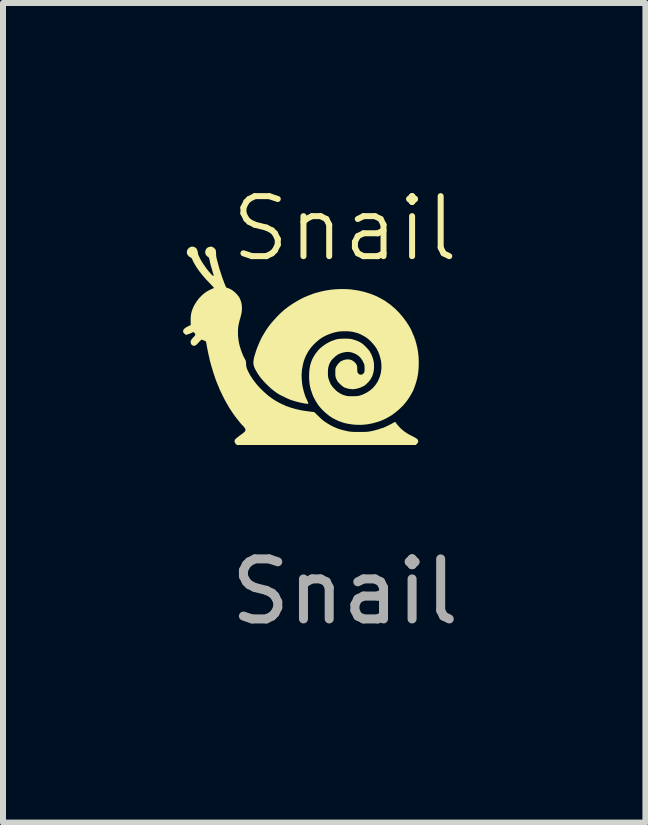
<source format=kicad_pcb>
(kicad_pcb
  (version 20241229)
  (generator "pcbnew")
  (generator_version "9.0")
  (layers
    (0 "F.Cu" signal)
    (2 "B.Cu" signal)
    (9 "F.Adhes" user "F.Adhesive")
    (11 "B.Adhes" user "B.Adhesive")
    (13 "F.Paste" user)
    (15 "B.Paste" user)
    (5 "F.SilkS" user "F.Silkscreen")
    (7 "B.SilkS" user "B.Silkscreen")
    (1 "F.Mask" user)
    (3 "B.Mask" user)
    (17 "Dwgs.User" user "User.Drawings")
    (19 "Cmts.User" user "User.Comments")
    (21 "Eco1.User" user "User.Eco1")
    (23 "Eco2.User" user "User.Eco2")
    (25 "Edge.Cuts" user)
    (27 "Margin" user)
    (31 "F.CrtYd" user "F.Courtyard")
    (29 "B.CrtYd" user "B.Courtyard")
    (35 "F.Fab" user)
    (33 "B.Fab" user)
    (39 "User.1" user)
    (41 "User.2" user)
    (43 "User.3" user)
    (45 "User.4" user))
  (footprint "Snail"
    (layer "F.Cu")
    (at 2.696 3.148)
    (property "Reference" "Snail" (at 0 -2.388 0) (unlocked yes) (layer "F.SilkS") (effects (font (size 1 1) (thickness 0.1))))
    (attr smd)
    (fp_poly (pts (xy -2.521 -2.087) (xy -2.497 -2.077) (xy -2.478 -2.064) (xy -2.476 -2.061) (xy -2.465 -2.044) (xy -2.456 -2.02) (xy -2.45 -1.993) (xy -2.449 -1.983) (xy -2.445 -1.964) (xy -2.44 -1.947) (xy -2.438 -1.941) (xy -2.43 -1.927) (xy -2.422 -1.909) (xy -2.419 -1.902) (xy -2.402 -1.869) (xy -2.379 -1.831) (xy -2.352 -1.79) (xy -2.322 -1.747) (xy -2.292 -1.706) (xy -2.261 -1.668) (xy -2.232 -1.635) (xy -2.213 -1.615) (xy -2.2 -1.605) (xy -2.19 -1.602) (xy -2.186 -1.607) (xy -2.188 -1.619) (xy -2.188 -1.621) (xy -2.195 -1.639) (xy -2.203 -1.667) (xy -2.214 -1.706) (xy -2.228 -1.753) (xy -2.233 -1.773) (xy -2.239 -1.793) (xy -2.245 -1.818) (xy -2.249 -1.837) (xy -2.254 -1.859) (xy -2.258 -1.879) (xy -2.261 -1.892) (xy -2.268 -1.908) (xy -2.277 -1.916) (xy -2.301 -1.933) (xy -2.318 -1.956) (xy -2.327 -1.982) (xy -2.327 -2.01) (xy -2.325 -2.019) (xy -2.313 -2.047) (xy -2.297 -2.067) (xy -2.275 -2.08) (xy -2.246 -2.089) (xy -2.22 -2.089) (xy -2.196 -2.079) (xy -2.191 -2.075) (xy -2.171 -2.059) (xy -2.158 -2.044) (xy -2.151 -2.027) (xy -2.148 -2.004) (xy -2.147 -1.983) (xy -2.146 -1.957) (xy -2.144 -1.929) (xy -2.14 -1.906) (xy -2.139 -1.903) (xy -2.125 -1.847) (xy -2.112 -1.797) (xy -2.099 -1.749) (xy -2.084 -1.7) (xy -2.067 -1.647) (xy -2.067 -1.647) (xy -2.056 -1.614) (xy -2.048 -1.589) (xy -2.042 -1.571) (xy -2.037 -1.559) (xy -2.034 -1.55) (xy -2.032 -1.545) (xy -2.028 -1.534) (xy -2.022 -1.518) (xy -2.017 -1.503) (xy -2.009 -1.482) (xy -2 -1.461) (xy -1.996 -1.45) (xy -1.989 -1.436) (xy -1.986 -1.426) (xy -1.986 -1.424) (xy -1.981 -1.415) (xy -1.972 -1.407) (xy -1.96 -1.401) (xy -1.957 -1.401) (xy -1.949 -1.399) (xy -1.934 -1.393) (xy -1.915 -1.385) (xy -1.908 -1.382) (xy -1.87 -1.359) (xy -1.833 -1.329) (xy -1.798 -1.294) (xy -1.769 -1.257) (xy -1.751 -1.227) (xy -1.73 -1.173) (xy -1.718 -1.115) (xy -1.715 -1.053) (xy -1.721 -0.988) (xy -1.737 -0.921) (xy -1.743 -0.9) (xy -1.75 -0.875) (xy -1.756 -0.855) (xy -1.774 -0.776) (xy -1.782 -0.694) (xy -1.781 -0.608) (xy -1.771 -0.52) (xy -1.763 -0.477) (xy -1.751 -0.429) (xy -1.735 -0.378) (xy -1.717 -0.327) (xy -1.697 -0.278) (xy -1.676 -0.234) (xy -1.659 -0.203) (xy -1.652 -0.19) (xy -1.649 -0.176) (xy -1.647 -0.158) (xy -1.646 -0.14) (xy -1.645 -0.109) (xy -1.64 -0.082) (xy -1.631 -0.053) (xy -1.617 -0.02) (xy -1.613 -0.012) (xy -1.576 0.058) (xy -1.529 0.128) (xy -1.476 0.198) (xy -1.416 0.265) (xy -1.351 0.329) (xy -1.284 0.388) (xy -1.214 0.44) (xy -1.194 0.453) (xy -1.177 0.465) (xy -1.161 0.474) (xy -1.152 0.48) (xy -1.15 0.481) (xy -1.141 0.486) (xy -1.127 0.493) (xy -1.124 0.495) (xy -1.1 0.509) (xy -1.07 0.524) (xy -1.039 0.539) (xy -1.022 0.546) (xy -1.004 0.554) (xy -0.988 0.562) (xy -0.981 0.565) (xy -0.968 0.571) (xy -0.957 0.573) (xy -0.947 0.575) (xy -0.944 0.577) (xy -0.936 0.581) (xy -0.92 0.587) (xy -0.897 0.594) (xy -0.871 0.602) (xy -0.842 0.61) (xy -0.839 0.611) (xy -0.79 0.623) (xy -0.743 0.634) (xy -0.693 0.643) (xy -0.639 0.651) (xy -0.578 0.659) (xy -0.51 0.667) (xy -0.448 0.729) (xy -0.414 0.761) (xy -0.385 0.788) (xy -0.358 0.81) (xy -0.33 0.83) (xy -0.3 0.85) (xy -0.27 0.868) (xy -0.241 0.886) (xy -0.217 0.898) (xy -0.197 0.908) (xy -0.179 0.917) (xy -0.158 0.925) (xy -0.141 0.932) (xy -0.128 0.938) (xy -0.124 0.94) (xy -0.111 0.945) (xy -0.098 0.949) (xy -0.081 0.954) (xy -0.066 0.958) (xy -0.043 0.965) (xy -0.011 0.973) (xy 0.027 0.982) (xy 0.061 0.989) (xy 0.081 0.992) (xy 0.102 0.994) (xy 0.126 0.996) (xy 0.154 0.997) (xy 0.19 0.998) (xy 0.234 0.998) (xy 0.239 0.998) (xy 0.287 0.998) (xy 0.327 0.997) (xy 0.361 0.996) (xy 0.392 0.993) (xy 0.421 0.988) (xy 0.453 0.982) (xy 0.488 0.973) (xy 0.53 0.962) (xy 0.552 0.956) (xy 0.572 0.95) (xy 0.59 0.944) (xy 0.598 0.94) (xy 0.612 0.935) (xy 0.622 0.933) (xy 0.623 0.933) (xy 0.634 0.931) (xy 0.64 0.928) (xy 0.649 0.924) (xy 0.664 0.917) (xy 0.683 0.908) (xy 0.691 0.905) (xy 0.711 0.896) (xy 0.727 0.888) (xy 0.738 0.882) (xy 0.74 0.881) (xy 0.749 0.876) (xy 0.764 0.869) (xy 0.772 0.865) (xy 0.791 0.854) (xy 0.81 0.843) (xy 0.816 0.84) (xy 0.828 0.833) (xy 0.835 0.831) (xy 0.84 0.833) (xy 0.843 0.837) (xy 0.878 0.884) (xy 0.92 0.93) (xy 0.966 0.971) (xy 1.001 0.998) (xy 1.02 1.01) (xy 1.034 1.02) (xy 1.047 1.028) (xy 1.06 1.036) (xy 1.076 1.044) (xy 1.096 1.054) (xy 1.123 1.068) (xy 1.127 1.07) (xy 1.16 1.087) (xy 1.185 1.102) (xy 1.203 1.116) (xy 1.214 1.128) (xy 1.219 1.142) (xy 1.221 1.154) (xy 1.219 1.168) (xy 1.213 1.18) (xy 1.201 1.194) (xy 1.2 1.195) (xy 1.18 1.215) (xy -0.31 1.215) (xy -1.801 1.215) (xy -1.817 1.198) (xy -1.832 1.179) (xy -1.838 1.16) (xy -1.837 1.139) (xy -1.834 1.131) (xy -1.828 1.122) (xy -1.818 1.111) (xy -1.803 1.098) (xy -1.782 1.081) (xy -1.754 1.06) (xy -1.724 1.038) (xy -1.705 1.023) (xy -1.687 1.009) (xy -1.674 0.997) (xy -1.662 0.985) (xy -1.658 0.976) (xy -1.658 0.964) (xy -1.658 0.958) (xy -1.662 0.943) (xy -1.671 0.928) (xy -1.686 0.91) (xy -1.686 0.91) (xy -1.731 0.862) (xy -1.776 0.807) (xy -1.82 0.751) (xy -1.859 0.697) (xy -1.875 0.674) (xy -1.892 0.648) (xy -1.908 0.623) (xy -1.923 0.601) (xy -1.935 0.582) (xy -1.942 0.569) (xy -1.944 0.565) (xy -1.95 0.554) (xy -1.959 0.539) (xy -1.96 0.536) (xy -1.976 0.51) (xy -1.991 0.483) (xy -2.007 0.453) (xy -2.025 0.417) (xy -2.035 0.398) (xy -2.054 0.358) (xy -2.071 0.324) (xy -2.084 0.295) (xy -2.094 0.273) (xy -2.099 0.259) (xy -2.1 0.254) (xy -2.103 0.247) (xy -2.108 0.235) (xy -2.108 0.235) (xy -2.112 0.227) (xy -2.116 0.218) (xy -2.121 0.206) (xy -2.128 0.189) (xy -2.138 0.164) (xy -2.139 0.163) (xy -2.152 0.128) (xy -2.166 0.086) (xy -2.182 0.039) (xy -2.198 -0.01) (xy -2.212 -0.058) (xy -2.226 -0.103) (xy -2.234 -0.132) (xy -2.24 -0.154) (xy -2.246 -0.177) (xy -2.25 -0.191) (xy -2.254 -0.207) (xy -2.257 -0.22) (xy -2.257 -0.224) (xy -2.258 -0.234) (xy -2.262 -0.25) (xy -2.265 -0.26) (xy -2.27 -0.28) (xy -2.276 -0.309) (xy -2.283 -0.342) (xy -2.29 -0.377) (xy -2.297 -0.411) (xy -2.302 -0.441) (xy -2.306 -0.465) (xy -2.307 -0.47) (xy -2.31 -0.493) (xy -2.316 -0.507) (xy -2.325 -0.516) (xy -2.339 -0.522) (xy -2.343 -0.523) (xy -2.357 -0.528) (xy -2.367 -0.532) (xy -2.369 -0.534) (xy -2.377 -0.538) (xy -2.384 -0.539) (xy -2.393 -0.536) (xy -2.405 -0.526) (xy -2.422 -0.509) (xy -2.435 -0.495) (xy -2.458 -0.469) (xy -2.477 -0.452) (xy -2.494 -0.441) (xy -2.51 -0.437) (xy -2.527 -0.439) (xy -2.53 -0.44) (xy -2.551 -0.451) (xy -2.564 -0.469) (xy -2.57 -0.494) (xy -2.57 -0.499) (xy -2.569 -0.515) (xy -2.562 -0.532) (xy -2.55 -0.55) (xy -2.532 -0.572) (xy -2.516 -0.588) (xy -2.504 -0.602) (xy -2.495 -0.614) (xy -2.492 -0.621) (xy -2.495 -0.633) (xy -2.503 -0.647) (xy -2.513 -0.659) (xy -2.522 -0.665) (xy -2.524 -0.665) (xy -2.533 -0.662) (xy -2.549 -0.656) (xy -2.563 -0.649) (xy -2.58 -0.641) (xy -2.595 -0.635) (xy -2.603 -0.633) (xy -2.616 -0.63) (xy -2.623 -0.625) (xy -2.637 -0.619) (xy -2.653 -0.623) (xy -2.672 -0.637) (xy -2.677 -0.642) (xy -2.689 -0.655) (xy -2.695 -0.668) (xy -2.696 -0.681) (xy -2.692 -0.699) (xy -2.681 -0.717) (xy -2.662 -0.734) (xy -2.633 -0.752) (xy -2.615 -0.761) (xy -2.569 -0.783) (xy -2.57 -0.859) (xy -2.569 -0.915) (xy -2.563 -0.965) (xy -2.552 -1.013) (xy -2.534 -1.061) (xy -2.51 -1.112) (xy -2.509 -1.114) (xy -2.473 -1.173) (xy -2.429 -1.231) (xy -2.377 -1.283) (xy -2.343 -1.312) (xy -2.321 -1.328) (xy -2.294 -1.346) (xy -2.264 -1.362) (xy -2.235 -1.377) (xy -2.211 -1.388) (xy -2.204 -1.39) (xy -2.191 -1.395) (xy -2.182 -1.4) (xy -2.182 -1.401) (xy -2.184 -1.406) (xy -2.193 -1.417) (xy -2.208 -1.433) (xy -2.227 -1.453) (xy -2.249 -1.476) (xy -2.257 -1.485) (xy -2.321 -1.552) (xy -2.379 -1.62) (xy -2.431 -1.686) (xy -2.475 -1.75) (xy -2.511 -1.811) (xy -2.529 -1.845) (xy -2.54 -1.87) (xy -2.549 -1.887) (xy -2.556 -1.898) (xy -2.563 -1.905) (xy -2.571 -1.91) (xy -2.58 -1.914) (xy -2.604 -1.93) (xy -2.621 -1.952) (xy -2.632 -1.977) (xy -2.634 -2.005) (xy -2.627 -2.031) (xy -2.62 -2.045) (xy -2.6 -2.067) (xy -2.577 -2.082) (xy -2.552 -2.09) (xy -2.544 -2.09)) (stroke (width 0) (type solid)) (fill yes) (layer "F.SilkS"))
    (fp_poly (pts (xy 0.018 -1.382) (xy 0.08 -1.378) (xy 0.103 -1.376) (xy 0.22 -1.359) (xy 0.329 -1.334) (xy 0.431 -1.302) (xy 0.527 -1.263) (xy 0.609 -1.22) (xy 0.626 -1.21) (xy 0.64 -1.202) (xy 0.648 -1.198) (xy 0.649 -1.197) (xy 0.655 -1.195) (xy 0.667 -1.187) (xy 0.684 -1.175) (xy 0.704 -1.16) (xy 0.726 -1.145) (xy 0.748 -1.129) (xy 0.766 -1.115) (xy 0.836 -1.056) (xy 0.903 -0.988) (xy 0.966 -0.914) (xy 1.024 -0.836) (xy 1.03 -0.827) (xy 1.053 -0.791) (xy 1.071 -0.762) (xy 1.085 -0.738) (xy 1.098 -0.715) (xy 1.108 -0.693) (xy 1.119 -0.668) (xy 1.124 -0.656) (xy 1.133 -0.634) (xy 1.142 -0.614) (xy 1.149 -0.599) (xy 1.151 -0.595) (xy 1.156 -0.582) (xy 1.158 -0.571) (xy 1.161 -0.561) (xy 1.163 -0.557) (xy 1.167 -0.55) (xy 1.172 -0.536) (xy 1.173 -0.532) (xy 1.177 -0.516) (xy 1.183 -0.494) (xy 1.189 -0.474) (xy 1.207 -0.402) (xy 1.22 -0.323) (xy 1.228 -0.239) (xy 1.23 -0.154) (xy 1.228 -0.07) (xy 1.221 0.01) (xy 1.212 0.064) (xy 1.204 0.104) (xy 1.193 0.147) (xy 1.18 0.191) (xy 1.166 0.233) (xy 1.152 0.271) (xy 1.139 0.304) (xy 1.126 0.33) (xy 1.121 0.338) (xy 1.115 0.349) (xy 1.113 0.354) (xy 1.103 0.371) (xy 1.089 0.395) (xy 1.072 0.422) (xy 1.053 0.451) (xy 1.034 0.478) (xy 1.026 0.489) (xy 0.973 0.553) (xy 0.911 0.614) (xy 0.844 0.671) (xy 0.774 0.722) (xy 0.702 0.764) (xy 0.685 0.773) (xy 0.637 0.796) (xy 0.593 0.814) (xy 0.553 0.828) (xy 0.457 0.855) (xy 0.365 0.872) (xy 0.272 0.88) (xy 0.179 0.878) (xy 0.124 0.873) (xy 0.057 0.863) (xy -0.001 0.851) (xy -0.05 0.836) (xy -0.063 0.831) (xy -0.076 0.826) (xy -0.085 0.824) (xy -0.085 0.823) (xy -0.093 0.821) (xy -0.107 0.815) (xy -0.126 0.806) (xy -0.149 0.795) (xy -0.172 0.784) (xy -0.193 0.773) (xy -0.211 0.763) (xy -0.218 0.759) (xy -0.259 0.731) (xy -0.303 0.697) (xy -0.346 0.658) (xy -0.387 0.618) (xy -0.423 0.577) (xy -0.452 0.538) (xy -0.457 0.531) (xy -0.473 0.505) (xy -0.49 0.477) (xy -0.505 0.449) (xy -0.519 0.424) (xy -0.529 0.403) (xy -0.534 0.39) (xy -0.538 0.378) (xy -0.545 0.361) (xy -0.549 0.348) (xy -0.568 0.293) (xy -0.582 0.238) (xy -0.591 0.179) (xy -0.596 0.116) (xy -0.597 0.068) (xy -0.595 0.012) (xy -0.592 -0.036) (xy -0.585 -0.081) (xy -0.576 -0.123) (xy -0.562 -0.167) (xy -0.554 -0.19) (xy -0.546 -0.208) (xy -0.536 -0.228) (xy -0.526 -0.248) (xy -0.516 -0.265) (xy -0.51 -0.274) (xy -0.504 -0.282) (xy -0.503 -0.286) (xy -0.499 -0.292) (xy -0.491 -0.305) (xy -0.478 -0.321) (xy -0.463 -0.34) (xy -0.448 -0.359) (xy -0.433 -0.376) (xy -0.42 -0.389) (xy -0.414 -0.395) (xy -0.376 -0.426) (xy -0.334 -0.457) (xy -0.29 -0.484) (xy -0.26 -0.5) (xy -0.239 -0.51) (xy -0.221 -0.518) (xy -0.209 -0.523) (xy -0.205 -0.524) (xy -0.197 -0.526) (xy -0.185 -0.53) (xy -0.183 -0.531) (xy -0.153 -0.542) (xy -0.121 -0.549) (xy -0.083 -0.554) (xy -0.038 -0.556) (xy -0.001 -0.557) (xy 0.034 -0.556) (xy 0.062 -0.555) (xy 0.084 -0.553) (xy 0.103 -0.551) (xy 0.121 -0.546) (xy 0.124 -0.546) (xy 0.161 -0.535) (xy 0.192 -0.525) (xy 0.218 -0.514) (xy 0.245 -0.501) (xy 0.274 -0.484) (xy 0.283 -0.478) (xy 0.298 -0.467) (xy 0.316 -0.451) (xy 0.337 -0.431) (xy 0.359 -0.409) (xy 0.379 -0.387) (xy 0.396 -0.367) (xy 0.409 -0.351) (xy 0.414 -0.343) (xy 0.421 -0.329) (xy 0.428 -0.317) (xy 0.43 -0.315) (xy 0.436 -0.304) (xy 0.444 -0.285) (xy 0.454 -0.262) (xy 0.463 -0.236) (xy 0.471 -0.211) (xy 0.474 -0.198) (xy 0.481 -0.163) (xy 0.484 -0.122) (xy 0.485 -0.079) (xy 0.482 -0.036) (xy 0.476 0.001) (xy 0.474 0.012) (xy 0.457 0.064) (xy 0.434 0.109) (xy 0.413 0.14) (xy 0.401 0.155) (xy 0.385 0.172) (xy 0.368 0.189) (xy 0.351 0.205) (xy 0.337 0.218) (xy 0.326 0.226) (xy 0.322 0.228) (xy 0.315 0.231) (xy 0.303 0.237) (xy 0.298 0.24) (xy 0.266 0.256) (xy 0.228 0.269) (xy 0.187 0.279) (xy 0.147 0.285) (xy 0.127 0.286) (xy 0.095 0.283) (xy 0.06 0.278) (xy 0.025 0.269) (xy -0.005 0.258) (xy -0.011 0.256) (xy -0.029 0.245) (xy -0.05 0.228) (xy -0.073 0.208) (xy -0.096 0.186) (xy -0.115 0.165) (xy -0.128 0.147) (xy -0.132 0.139) (xy -0.144 0.115) (xy -0.151 0.095) (xy -0.156 0.078) (xy -0.159 0.061) (xy -0.16 0.039) (xy -0.16 0.01) (xy -0.16 0.006) (xy -0.16 -0.022) (xy -0.159 -0.042) (xy -0.157 -0.057) (xy -0.155 -0.069) (xy -0.15 -0.08) (xy -0.145 -0.09) (xy -0.131 -0.112) (xy -0.114 -0.135) (xy -0.094 -0.157) (xy -0.075 -0.174) (xy -0.061 -0.183) (xy -0.023 -0.199) (xy 0.016 -0.209) (xy 0.056 -0.211) (xy 0.092 -0.206) (xy 0.111 -0.199) (xy 0.139 -0.183) (xy 0.165 -0.161) (xy 0.186 -0.136) (xy 0.192 -0.125) (xy 0.198 -0.113) (xy 0.202 -0.099) (xy 0.204 -0.08) (xy 0.205 -0.055) (xy 0.205 -0.05) (xy 0.206 -0.025) (xy 0.207 -0.008) (xy 0.21 0.004) (xy 0.214 0.013) (xy 0.22 0.021) (xy 0.237 0.037) (xy 0.258 0.044) (xy 0.28 0.042) (xy 0.3 0.032) (xy 0.316 0.015) (xy 0.32 0.008) (xy 0.325 -0.006) (xy 0.327 -0.028) (xy 0.328 -0.053) (xy 0.327 -0.08) (xy 0.325 -0.106) (xy 0.322 -0.126) (xy 0.32 -0.133) (xy 0.295 -0.187) (xy 0.264 -0.233) (xy 0.227 -0.27) (xy 0.183 -0.299) (xy 0.133 -0.32) (xy 0.105 -0.328) (xy 0.082 -0.332) (xy 0.059 -0.335) (xy 0.043 -0.336) (xy 0.022 -0.334) (xy -0.004 -0.33) (xy -0.03 -0.325) (xy -0.054 -0.318) (xy -0.071 -0.312) (xy -0.083 -0.307) (xy -0.09 -0.304) (xy -0.09 -0.304) (xy -0.102 -0.301) (xy -0.119 -0.291) (xy -0.139 -0.276) (xy -0.162 -0.258) (xy -0.184 -0.237) (xy -0.205 -0.217) (xy -0.223 -0.197) (xy -0.235 -0.18) (xy -0.238 -0.176) (xy -0.256 -0.141) (xy -0.268 -0.11) (xy -0.276 -0.079) (xy -0.281 -0.047) (xy -0.283 -0.008) (xy -0.283 0.009) (xy -0.283 0.039) (xy -0.282 0.062) (xy -0.28 0.079) (xy -0.277 0.096) (xy -0.272 0.114) (xy -0.267 0.128) (xy -0.258 0.154) (xy -0.247 0.18) (xy -0.236 0.202) (xy -0.233 0.208) (xy -0.214 0.236) (xy -0.188 0.266) (xy -0.16 0.296) (xy -0.131 0.322) (xy -0.122 0.329) (xy -0.104 0.341) (xy -0.084 0.354) (xy -0.062 0.366) (xy -0.042 0.376) (xy -0.025 0.382) (xy -0.016 0.385) (xy -0.007 0.387) (xy 0.007 0.391) (xy 0.014 0.394) (xy 0.027 0.397) (xy 0.042 0.4) (xy 0.063 0.401) (xy 0.092 0.402) (xy 0.124 0.403) (xy 0.161 0.402) (xy 0.19 0.401) (xy 0.215 0.399) (xy 0.237 0.395) (xy 0.259 0.388) (xy 0.284 0.379) (xy 0.294 0.376) (xy 0.357 0.346) (xy 0.415 0.309) (xy 0.467 0.264) (xy 0.511 0.212) (xy 0.548 0.156) (xy 0.552 0.146) (xy 0.581 0.078) (xy 0.6 0.008) (xy 0.608 -0.065) (xy 0.607 -0.139) (xy 0.6 -0.19) (xy 0.583 -0.261) (xy 0.56 -0.326) (xy 0.531 -0.385) (xy 0.493 -0.441) (xy 0.446 -0.495) (xy 0.429 -0.512) (xy 0.403 -0.537) (xy 0.378 -0.558) (xy 0.353 -0.577) (xy 0.325 -0.594) (xy 0.292 -0.612) (xy 0.252 -0.632) (xy 0.239 -0.638) (xy 0.225 -0.644) (xy 0.203 -0.651) (xy 0.177 -0.658) (xy 0.15 -0.665) (xy 0.123 -0.671) (xy 0.115 -0.672) (xy 0.077 -0.677) (xy 0.033 -0.68) (xy -0.015 -0.68) (xy -0.062 -0.678) (xy -0.106 -0.674) (xy -0.129 -0.67) (xy -0.189 -0.656) (xy -0.25 -0.636) (xy -0.308 -0.612) (xy -0.362 -0.585) (xy -0.38 -0.575) (xy -0.425 -0.543) (xy -0.47 -0.506) (xy -0.514 -0.465) (xy -0.554 -0.421) (xy -0.588 -0.377) (xy -0.616 -0.335) (xy -0.62 -0.328) (xy -0.628 -0.312) (xy -0.635 -0.299) (xy -0.638 -0.294) (xy -0.647 -0.278) (xy -0.657 -0.255) (xy -0.668 -0.229) (xy -0.678 -0.202) (xy -0.686 -0.179) (xy -0.69 -0.163) (xy -0.694 -0.146) (xy -0.699 -0.127) (xy -0.7 -0.122) (xy -0.715 -0.041) (xy -0.722 0.044) (xy -0.719 0.132) (xy -0.709 0.221) (xy -0.689 0.31) (xy -0.674 0.361) (xy -0.667 0.383) (xy -0.661 0.401) (xy -0.655 0.417) (xy -0.647 0.433) (xy -0.638 0.454) (xy -0.625 0.48) (xy -0.617 0.499) (xy -0.611 0.514) (xy -0.609 0.524) (xy -0.609 0.526) (xy -0.617 0.528) (xy -0.633 0.528) (xy -0.656 0.526) (xy -0.685 0.521) (xy -0.718 0.514) (xy -0.755 0.506) (xy -0.793 0.497) (xy -0.831 0.486) (xy -0.868 0.475) (xy -0.902 0.464) (xy -0.928 0.454) (xy -0.94 0.449) (xy -0.959 0.44) (xy -0.983 0.429) (xy -1.009 0.416) (xy -1.035 0.403) (xy -1.06 0.391) (xy -1.08 0.381) (xy -1.093 0.374) (xy -1.095 0.373) (xy -1.141 0.344) (xy -1.184 0.312) (xy -1.228 0.277) (xy -1.273 0.235) (xy -1.312 0.197) (xy -1.346 0.162) (xy -1.378 0.126) (xy -1.407 0.091) (xy -1.431 0.059) (xy -1.45 0.031) (xy -1.46 0.014) (xy -1.465 0.004) (xy -1.473 -0.008) (xy -1.474 -0.009) (xy -1.496 -0.049) (xy -1.513 -0.088) (xy -1.522 -0.124) (xy -1.525 -0.14) (xy -1.524 -0.179) (xy -1.518 -0.224) (xy -1.506 -0.271) (xy -1.497 -0.299) (xy -1.492 -0.315) (xy -1.486 -0.335) (xy -1.482 -0.346) (xy -1.474 -0.371) (xy -1.463 -0.401) (xy -1.449 -0.435) (xy -1.435 -0.47) (xy -1.42 -0.504) (xy -1.405 -0.536) (xy -1.392 -0.565) (xy -1.38 -0.587) (xy -1.371 -0.602) (xy -1.37 -0.605) (xy -1.365 -0.612) (xy -1.357 -0.625) (xy -1.348 -0.641) (xy -1.316 -0.694) (xy -1.277 -0.751) (xy -1.232 -0.809) (xy -1.182 -0.867) (xy -1.13 -0.924) (xy -1.076 -0.978) (xy -1.022 -1.026) (xy -1 -1.045) (xy -0.938 -1.092) (xy -0.871 -1.138) (xy -0.802 -1.18) (xy -0.734 -1.218) (xy -0.67 -1.249) (xy -0.662 -1.252) (xy -0.646 -1.259) (xy -0.633 -1.264) (xy -0.617 -1.271) (xy -0.596 -1.279) (xy -0.573 -1.288) (xy -0.551 -1.296) (xy -0.544 -1.299) (xy -0.519 -1.308) (xy -0.502 -1.314) (xy -0.488 -1.318) (xy -0.477 -1.321) (xy -0.468 -1.323) (xy -0.451 -1.327) (xy -0.436 -1.331) (xy -0.434 -1.332) (xy -0.421 -1.336) (xy -0.397 -1.342) (xy -0.366 -1.349) (xy -0.327 -1.357) (xy -0.304 -1.361) (xy -0.248 -1.37) (xy -0.184 -1.377) (xy -0.117 -1.381) (xy -0.048 -1.383)) (stroke (width 0) (type solid)) (fill yes) (layer "F.SilkS"))
    (fp_text user "${REFERENCE}" (at 0 3.658 0) (unlocked yes) (layer "F.Fab") (effects (font (size 1 1) (thickness 0.15)))))
  (gr_rect
    (start -3 -3)
    (end 7.702 10.654)
    (stroke (width 0.1) (type default))
    (fill no)
    (layer "Edge.Cuts")))
</source>
